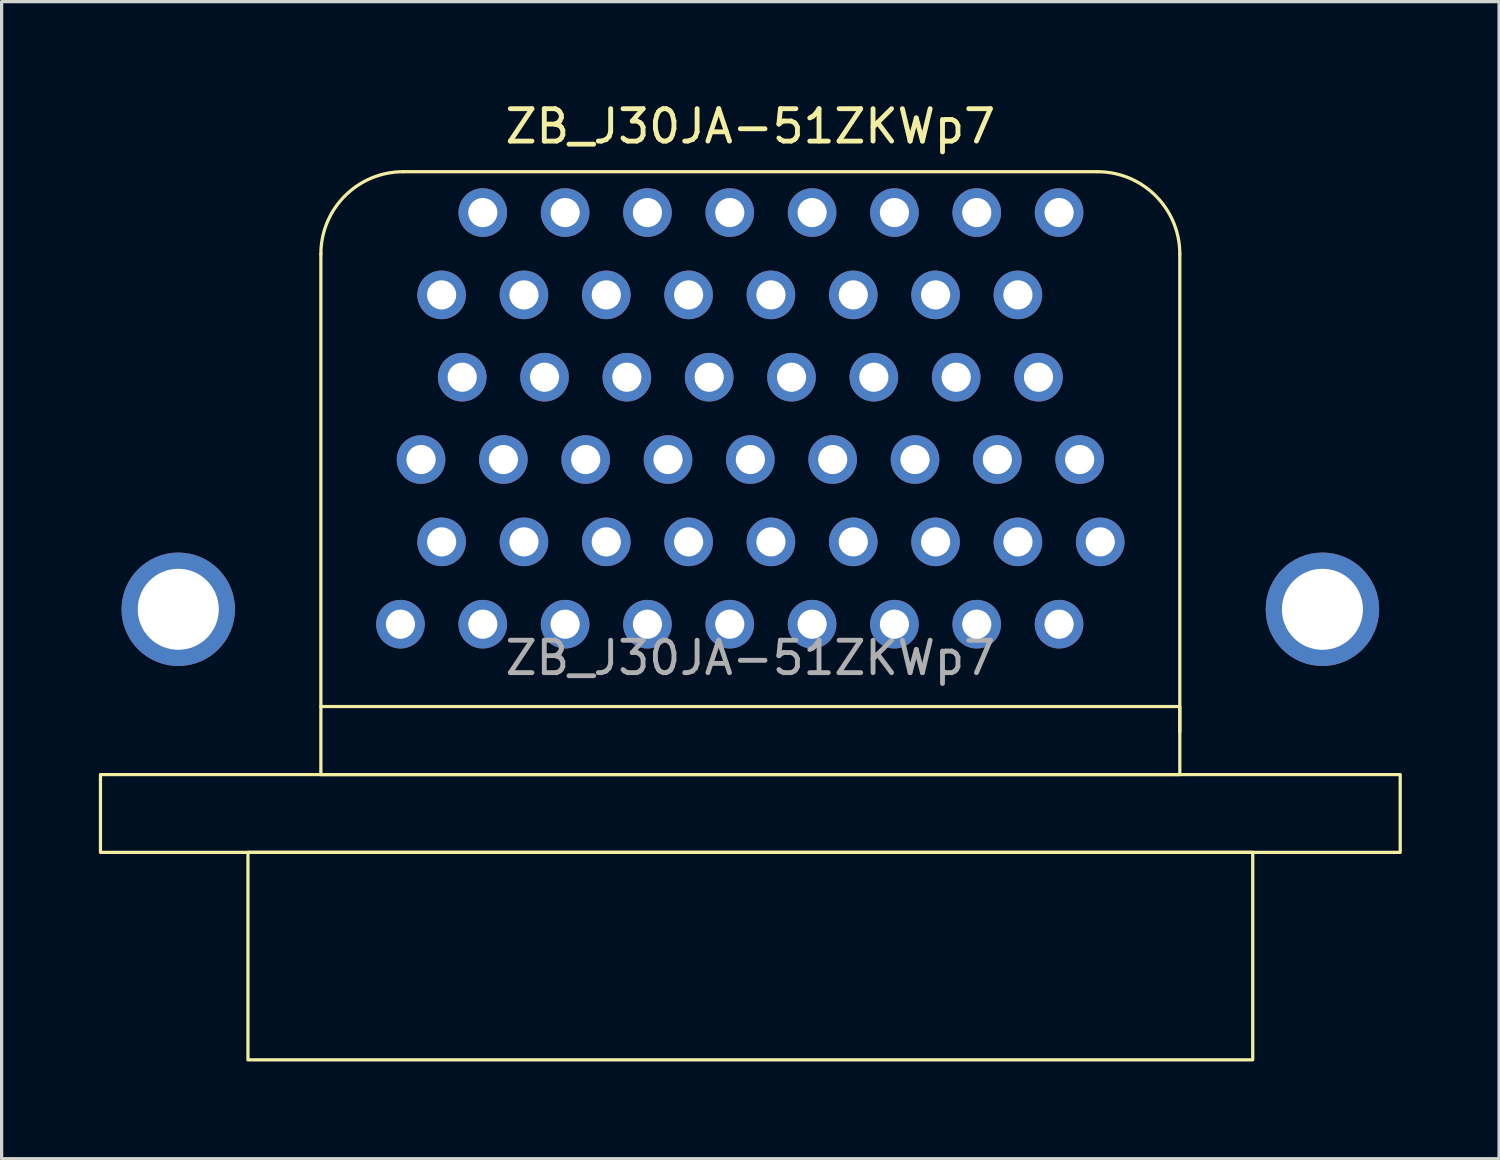
<source format=kicad_pcb>
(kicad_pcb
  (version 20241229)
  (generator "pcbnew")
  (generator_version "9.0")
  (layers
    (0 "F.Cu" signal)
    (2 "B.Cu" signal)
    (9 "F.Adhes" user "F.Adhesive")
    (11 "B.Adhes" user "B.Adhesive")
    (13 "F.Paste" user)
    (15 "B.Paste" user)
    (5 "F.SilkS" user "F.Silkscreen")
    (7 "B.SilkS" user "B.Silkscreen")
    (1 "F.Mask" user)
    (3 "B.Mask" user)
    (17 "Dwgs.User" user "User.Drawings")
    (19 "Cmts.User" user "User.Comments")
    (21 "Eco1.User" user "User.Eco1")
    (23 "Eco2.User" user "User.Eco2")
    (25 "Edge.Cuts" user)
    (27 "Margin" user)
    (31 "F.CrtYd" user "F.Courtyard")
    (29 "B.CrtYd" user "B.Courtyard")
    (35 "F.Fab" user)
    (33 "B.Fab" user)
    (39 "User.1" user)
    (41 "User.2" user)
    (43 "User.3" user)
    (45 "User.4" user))
  (footprint "ZB_J30JA-51ZKWp7"
    (layer "F.Cu")
    (at 20.1 20.848)
    (property "Reference" "ZB_J30JA-51ZKWp7" (at 0 -20 0) (unlocked yes) (layer "F.SilkS") (effects (font (size 1 1) (thickness 0.15))))
    (attr through_hole)
    (fp_line (start -13.25 -2.1) (end -13.25 -16.06) (stroke (width 0.1) (type solid)) (layer "F.SilkS"))
    (fp_line (start -10.71 -18.6) (end 10.71 -18.6) (stroke (width 0.1) (type solid)) (layer "F.SilkS"))
    (fp_line (start 13.25 -16.06) (end 13.25 -1.32) (stroke (width 0.1) (type solid)) (layer "F.SilkS"))
    (fp_rect (start -20.05 0) (end 20.05 2.4) (stroke (width 0.1) (type solid)) (fill no) (layer "F.SilkS"))
    (fp_rect (start -15.5 2.4) (end 15.5 8.8) (stroke (width 0.1) (type solid)) (fill no) (layer "F.SilkS"))
    (fp_rect (start -13.25 -2.1) (end 13.25 0) (stroke (width 0.1) (type solid)) (fill no) (layer "F.SilkS"))
    (fp_arc (start -13.249999 -16.06) (mid -12.50605 -17.856051) (end -10.709999 -18.6) (stroke (width 0.1) (type solid)) (layer "F.SilkS"))
    (fp_arc (start 10.71 -18.6) (mid 12.506051 -17.856051) (end 13.25 -16.06) (stroke (width 0.1) (type solid)) (layer "F.SilkS"))
    (fp_text user "${REFERENCE}" (at 0 -3.6 0) (unlocked yes) (layer "F.Fab") (effects (font (size 1 1) (thickness 0.15))))
    (pad "1" thru_hole circle (at -10.795 -4.64) (size 1.5 1.5) (drill 0.9) (layers "*.Cu" "*.Mask") (remove_unused_layers yes) (keep_end_layers yes) (zone_layer_connections))
    (pad "2" thru_hole circle (at -9.525 -7.18) (size 1.5 1.5) (drill 0.9) (layers "*.Cu" "*.Mask") (remove_unused_layers yes) (keep_end_layers yes) (zone_layer_connections))
    (pad "3" thru_hole circle (at -8.255 -4.64) (size 1.5 1.5) (drill 0.9) (layers "*.Cu" "*.Mask") (remove_unused_layers yes) (keep_end_layers yes) (zone_layer_connections))
    (pad "4" thru_hole circle (at -6.985 -7.18) (size 1.5 1.5) (drill 0.9) (layers "*.Cu" "*.Mask") (remove_unused_layers yes) (keep_end_layers yes) (zone_layer_connections))
    (pad "5" thru_hole circle (at -5.715 -4.64) (size 1.5 1.5) (drill 0.9) (layers "*.Cu" "*.Mask") (remove_unused_layers yes) (keep_end_layers yes) (zone_layer_connections))
    (pad "6" thru_hole circle (at -4.445 -7.18) (size 1.5 1.5) (drill 0.9) (layers "*.Cu" "*.Mask") (remove_unused_layers yes) (keep_end_layers yes) (zone_layer_connections))
    (pad "7" thru_hole circle (at -3.175 -4.64) (size 1.5 1.5) (drill 0.9) (layers "*.Cu" "*.Mask") (remove_unused_layers yes) (keep_end_layers yes) (zone_layer_connections))
    (pad "8" thru_hole circle (at -1.905 -7.18) (size 1.5 1.5) (drill 0.9) (layers "*.Cu" "*.Mask") (remove_unused_layers yes) (keep_end_layers yes) (zone_layer_connections))
    (pad "9" thru_hole circle (at -0.635 -4.64) (size 1.5 1.5) (drill 0.9) (layers "*.Cu" "*.Mask") (remove_unused_layers yes) (keep_end_layers yes) (zone_layer_connections))
    (pad "10" thru_hole circle (at 0.635 -7.18) (size 1.5 1.5) (drill 0.9) (layers "*.Cu" "*.Mask") (remove_unused_layers yes) (keep_end_layers yes) (zone_layer_connections))
    (pad "11" thru_hole circle (at 1.905 -4.64) (size 1.5 1.5) (drill 0.9) (layers "*.Cu" "*.Mask") (remove_unused_layers yes) (keep_end_layers yes) (zone_layer_connections))
    (pad "12" thru_hole circle (at 3.175 -7.18) (size 1.5 1.5) (drill 0.9) (layers "*.Cu" "*.Mask") (remove_unused_layers yes) (keep_end_layers yes) (zone_layer_connections))
    (pad "13" thru_hole circle (at 4.445 -4.64) (size 1.5 1.5) (drill 0.9) (layers "*.Cu" "*.Mask") (remove_unused_layers yes) (keep_end_layers yes) (zone_layer_connections))
    (pad "14" thru_hole circle (at 5.715 -7.18) (size 1.5 1.5) (drill 0.9) (layers "*.Cu" "*.Mask") (remove_unused_layers yes) (keep_end_layers yes) (zone_layer_connections))
    (pad "15" thru_hole circle (at 6.985 -4.64) (size 1.5 1.5) (drill 0.9) (layers "*.Cu" "*.Mask") (remove_unused_layers yes) (keep_end_layers yes) (zone_layer_connections))
    (pad "16" thru_hole circle (at 8.255 -7.18) (size 1.5 1.5) (drill 0.9) (layers "*.Cu" "*.Mask") (remove_unused_layers yes) (keep_end_layers yes) (zone_layer_connections))
    (pad "17" thru_hole circle (at 9.525 -4.64) (size 1.5 1.5) (drill 0.9) (layers "*.Cu" "*.Mask") (remove_unused_layers yes) (keep_end_layers yes) (zone_layer_connections))
    (pad "18" thru_hole circle (at 10.795 -7.18) (size 1.5 1.5) (drill 0.9) (layers "*.Cu" "*.Mask") (remove_unused_layers yes) (keep_end_layers yes) (zone_layer_connections))
    (pad "19" thru_hole circle (at -10.16 -9.72) (size 1.5 1.5) (drill 0.9) (layers "*.Cu" "*.Mask") (remove_unused_layers yes) (keep_end_layers yes) (zone_layer_connections))
    (pad "20" thru_hole circle (at -8.89 -12.26) (size 1.5 1.5) (drill 0.9) (layers "*.Cu" "*.Mask") (remove_unused_layers yes) (keep_end_layers yes) (zone_layer_connections))
    (pad "21" thru_hole circle (at -7.62 -9.72) (size 1.5 1.5) (drill 0.9) (layers "*.Cu" "*.Mask") (remove_unused_layers yes) (keep_end_layers yes) (zone_layer_connections))
    (pad "22" thru_hole circle (at -6.35 -12.26) (size 1.5 1.5) (drill 0.9) (layers "*.Cu" "*.Mask") (remove_unused_layers yes) (keep_end_layers yes) (zone_layer_connections))
    (pad "23" thru_hole circle (at -5.08 -9.72) (size 1.5 1.5) (drill 0.9) (layers "*.Cu" "*.Mask") (remove_unused_layers yes) (keep_end_layers yes) (zone_layer_connections))
    (pad "24" thru_hole circle (at -3.81 -12.26) (size 1.5 1.5) (drill 0.9) (layers "*.Cu" "*.Mask") (remove_unused_layers yes) (keep_end_layers yes) (zone_layer_connections))
    (pad "25" thru_hole circle (at -2.54 -9.72) (size 1.5 1.5) (drill 0.9) (layers "*.Cu" "*.Mask") (remove_unused_layers yes) (keep_end_layers yes) (zone_layer_connections))
    (pad "26" thru_hole circle (at -1.27 -12.26) (size 1.5 1.5) (drill 0.9) (layers "*.Cu" "*.Mask") (remove_unused_layers yes) (keep_end_layers yes) (zone_layer_connections))
    (pad "27" thru_hole circle (at 0 -9.72) (size 1.5 1.5) (drill 0.9) (layers "*.Cu" "*.Mask") (remove_unused_layers yes) (keep_end_layers yes) (zone_layer_connections))
    (pad "28" thru_hole circle (at 1.27 -12.26) (size 1.5 1.5) (drill 0.9) (layers "*.Cu" "*.Mask") (remove_unused_layers yes) (keep_end_layers yes) (zone_layer_connections))
    (pad "29" thru_hole circle (at 2.54 -9.72) (size 1.5 1.5) (drill 0.9) (layers "*.Cu" "*.Mask") (remove_unused_layers yes) (keep_end_layers yes) (zone_layer_connections))
    (pad "30" thru_hole circle (at 3.81 -12.26) (size 1.5 1.5) (drill 0.9) (layers "*.Cu" "*.Mask") (remove_unused_layers yes) (keep_end_layers yes) (zone_layer_connections))
    (pad "31" thru_hole circle (at 5.08 -9.72) (size 1.5 1.5) (drill 0.9) (layers "*.Cu" "*.Mask") (remove_unused_layers yes) (keep_end_layers yes) (zone_layer_connections))
    (pad "32" thru_hole circle (at 6.35 -12.26) (size 1.5 1.5) (drill 0.9) (layers "*.Cu" "*.Mask") (remove_unused_layers yes) (keep_end_layers yes) (zone_layer_connections))
    (pad "33" thru_hole circle (at 7.62 -9.72) (size 1.5 1.5) (drill 0.9) (layers "*.Cu" "*.Mask") (remove_unused_layers yes) (keep_end_layers yes) (zone_layer_connections))
    (pad "34" thru_hole circle (at 8.89 -12.26) (size 1.5 1.5) (drill 0.9) (layers "*.Cu" "*.Mask") (remove_unused_layers yes) (keep_end_layers yes) (zone_layer_connections))
    (pad "35" thru_hole circle (at 10.16 -9.72) (size 1.5 1.5) (drill 0.9) (layers "*.Cu" "*.Mask") (remove_unused_layers yes) (keep_end_layers yes) (zone_layer_connections))
    (pad "36" thru_hole circle (at -9.525 -14.8) (size 1.5 1.5) (drill 0.9) (layers "*.Cu" "*.Mask") (remove_unused_layers yes) (keep_end_layers yes) (zone_layer_connections))
    (pad "37" thru_hole circle (at -8.255 -17.34) (size 1.5 1.5) (drill 0.9) (layers "*.Cu" "*.Mask") (remove_unused_layers yes) (keep_end_layers yes) (zone_layer_connections))
    (pad "38" thru_hole circle (at -6.985 -14.8) (size 1.5 1.5) (drill 0.9) (layers "*.Cu" "*.Mask") (remove_unused_layers yes) (keep_end_layers yes) (zone_layer_connections))
    (pad "39" thru_hole circle (at -5.715 -17.34) (size 1.5 1.5) (drill 0.9) (layers "*.Cu" "*.Mask") (remove_unused_layers yes) (keep_end_layers yes) (zone_layer_connections))
    (pad "40" thru_hole circle (at -4.445 -14.8) (size 1.5 1.5) (drill 0.9) (layers "*.Cu" "*.Mask") (remove_unused_layers yes) (keep_end_layers yes) (zone_layer_connections))
    (pad "41" thru_hole circle (at -3.175 -17.34) (size 1.5 1.5) (drill 0.9) (layers "*.Cu" "*.Mask") (remove_unused_layers yes) (keep_end_layers yes) (zone_layer_connections))
    (pad "42" thru_hole circle (at -1.905 -14.8) (size 1.5 1.5) (drill 0.9) (layers "*.Cu" "*.Mask") (remove_unused_layers yes) (keep_end_layers yes) (zone_layer_connections))
    (pad "43" thru_hole circle (at -0.635 -17.34) (size 1.5 1.5) (drill 0.9) (layers "*.Cu" "*.Mask") (remove_unused_layers yes) (keep_end_layers yes) (zone_layer_connections))
    (pad "44" thru_hole circle (at 0.635 -14.8) (size 1.5 1.5) (drill 0.9) (layers "*.Cu" "*.Mask") (remove_unused_layers yes) (keep_end_layers yes) (zone_layer_connections))
    (pad "45" thru_hole circle (at 1.905 -17.34) (size 1.5 1.5) (drill 0.9) (layers "*.Cu" "*.Mask") (remove_unused_layers yes) (keep_end_layers yes) (zone_layer_connections))
    (pad "46" thru_hole circle (at 3.175 -14.8) (size 1.5 1.5) (drill 0.9) (layers "*.Cu" "*.Mask") (remove_unused_layers yes) (keep_end_layers yes) (zone_layer_connections))
    (pad "47" thru_hole circle (at 4.445 -17.34) (size 1.5 1.5) (drill 0.9) (layers "*.Cu" "*.Mask") (remove_unused_layers yes) (keep_end_layers yes) (zone_layer_connections))
    (pad "48" thru_hole circle (at 5.715 -14.8) (size 1.5 1.5) (drill 0.9) (layers "*.Cu" "*.Mask") (remove_unused_layers yes) (keep_end_layers yes) (zone_layer_connections))
    (pad "49" thru_hole circle (at 6.985 -17.34) (size 1.5 1.5) (drill 0.9) (layers "*.Cu" "*.Mask") (remove_unused_layers yes) (keep_end_layers yes) (zone_layer_connections))
    (pad "50" thru_hole circle (at 8.255 -14.8) (size 1.5 1.5) (drill 0.9) (layers "*.Cu" "*.Mask") (remove_unused_layers yes) (keep_end_layers yes) (zone_layer_connections))
    (pad "51" thru_hole circle (at 9.525 -17.34) (size 1.5 1.5) (drill 0.9) (layers "*.Cu" "*.Mask") (remove_unused_layers yes) (keep_end_layers yes) (zone_layer_connections))
    (pad "MP" thru_hole circle (at -17.65 -5.1) (size 3.5 3.5) (drill 2.5) (layers "*.Cu" "*.Mask") (remove_unused_layers yes) (keep_end_layers yes) (zone_layer_connections))
    (pad "MP" thru_hole circle (at 17.65 -5.1) (size 3.5 3.5) (drill 2.5) (layers "*.Cu" "*.Mask") (remove_unused_layers yes) (keep_end_layers yes) (zone_layer_connections)))
  (gr_rect
    (start -3 -3)
    (end 43.2 32.698)
    (stroke (width 0.1) (type default))
    (fill no)
    (layer "Edge.Cuts")))
</source>
